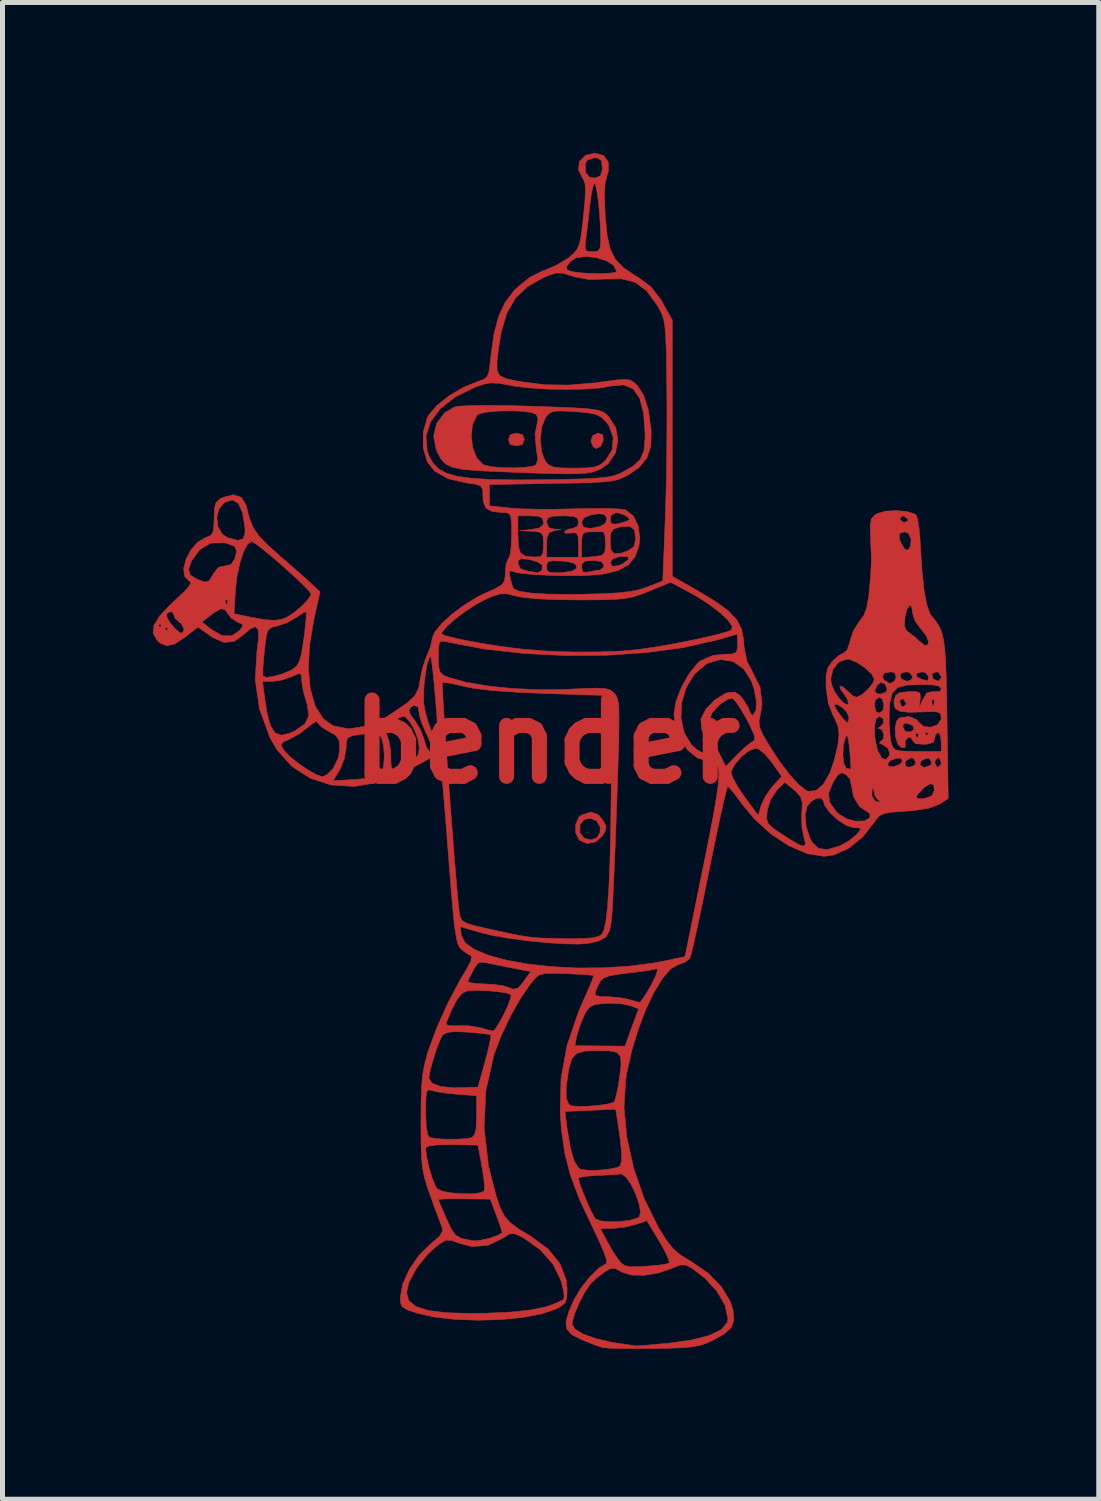
<source format=kicad_pcb>
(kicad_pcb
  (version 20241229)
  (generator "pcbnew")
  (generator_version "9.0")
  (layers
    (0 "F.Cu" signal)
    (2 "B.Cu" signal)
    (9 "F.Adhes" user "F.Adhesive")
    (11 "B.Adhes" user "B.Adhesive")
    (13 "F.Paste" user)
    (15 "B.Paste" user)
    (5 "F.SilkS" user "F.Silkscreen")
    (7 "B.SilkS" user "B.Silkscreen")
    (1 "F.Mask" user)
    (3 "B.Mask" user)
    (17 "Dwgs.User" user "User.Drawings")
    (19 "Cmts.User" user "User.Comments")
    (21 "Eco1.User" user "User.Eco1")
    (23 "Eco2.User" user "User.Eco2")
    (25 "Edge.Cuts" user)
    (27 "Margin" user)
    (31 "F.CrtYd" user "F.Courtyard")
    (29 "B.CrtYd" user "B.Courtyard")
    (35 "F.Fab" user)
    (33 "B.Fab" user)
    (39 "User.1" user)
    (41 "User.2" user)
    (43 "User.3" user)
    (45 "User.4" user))
  (footprint "bender"
    (layer "F.Cu")
    (at 7.858 11.753)
    (property "Reference" "bender" (at 0 0 0) (layer "F.Cu") (effects (font (size 1.524 1.524) (thickness 0.3))))
    (attr through_hole)
    (fp_poly (pts (xy -0.479 -6.13) (xy -0.445 -6.032) (xy -0.482 -5.933) (xy -0.603 -5.905) (xy -0.728 -5.935) (xy -0.762 -6.032) (xy -0.725 -6.132) (xy -0.603 -6.16) (xy -0.479 -6.13)) (stroke (width 0.01) (type solid)) (fill yes) (layer "F.Cu"))
    (fp_poly (pts (xy 1.12 -6.128) (xy 1.132 -6.022) (xy 1.079 -5.894) (xy 0.992 -5.853) (xy 0.933 -5.883) (xy 0.883 -5.997) (xy 0.918 -6.109) (xy 1.018 -6.159) (xy 1.02 -6.16) (xy 1.12 -6.128)) (stroke (width 0.01) (type solid)) (fill yes) (layer "F.Cu"))
    (fp_poly (pts (xy 1.031 1.454) (xy 1.117 1.556) (xy 1.184 1.68) (xy 1.173 1.778) (xy 1.117 1.873) (xy 0.977 1.997) (xy 0.807 2.03) (xy 0.654 1.962) (xy 0.648 1.956) (xy 0.58 1.816) (xy 0.665 1.816) (xy 0.751 1.926) (xy 0.892 1.955) (xy 1.006 1.913) (xy 1.064 1.814) (xy 1.069 1.707) (xy 1.004 1.584) (xy 0.883 1.528) (xy 0.755 1.546) (xy 0.669 1.645) (xy 0.667 1.65) (xy 0.665 1.816) (xy 0.58 1.816) (xy 0.579 1.815) (xy 0.581 1.644) (xy 0.647 1.501) (xy 0.694 1.463) (xy 0.884 1.401) (xy 1.031 1.454)) (stroke (width 0.01) (type solid)) (fill yes) (layer "F.Cu"))
    (fp_poly (pts (xy -0.71 -6.708) (xy -0.302 -6.697) (xy 0.151 -6.681) (xy 0.495 -6.667) (xy 0.746 -6.653) (xy 0.924 -6.635) (xy 1.044 -6.613) (xy 1.125 -6.582) (xy 1.185 -6.542) (xy 1.231 -6.499) (xy 1.378 -6.273) (xy 1.424 -6.018) (xy 1.374 -5.767) (xy 1.233 -5.555) (xy 1.079 -5.445) (xy 0.996 -5.408) (xy 0.902 -5.38) (xy 0.783 -5.361) (xy 0.622 -5.35) (xy 0.404 -5.347) (xy 0.114 -5.352) (xy -0.265 -5.363) (xy -0.747 -5.382) (xy -1.022 -5.393) (xy -1.407 -5.412) (xy -1.685 -5.438) (xy -1.88 -5.479) (xy -2.012 -5.542) (xy -2.104 -5.635) (xy -2.175 -5.766) (xy -2.202 -5.827) (xy -2.255 -6.1) (xy -2.253 -6.105) (xy -1.504 -6.105) (xy -1.474 -5.867) (xy -1.394 -5.664) (xy -1.27 -5.535) (xy -1.248 -5.524) (xy -1.098 -5.49) (xy -0.885 -5.471) (xy -0.648 -5.467) (xy -0.429 -5.478) (xy -0.267 -5.504) (xy -0.211 -5.529) (xy -0.174 -5.64) (xy -0.205 -5.841) (xy -0.206 -5.844) (xy -0.222 -6.032) (xy -0.124 -6.032) (xy -0.1 -5.786) (xy -0.028 -5.602) (xy 0.038 -5.529) (xy 0.13 -5.486) (xy 0.28 -5.466) (xy 0.523 -5.461) (xy 0.546 -5.461) (xy 0.8 -5.466) (xy 0.965 -5.486) (xy 1.076 -5.532) (xy 1.173 -5.612) (xy 1.178 -5.617) (xy 1.308 -5.828) (xy 1.329 -6.072) (xy 1.243 -6.31) (xy 1.186 -6.387) (xy 1.094 -6.477) (xy 0.986 -6.533) (xy 0.825 -6.566) (xy 0.575 -6.588) (xy 0.56 -6.589) (xy 0.314 -6.602) (xy 0.16 -6.597) (xy 0.068 -6.567) (xy 0.003 -6.506) (xy -0.023 -6.471) (xy -0.098 -6.28) (xy -0.124 -6.032) (xy -0.222 -6.032) (xy -0.232 -6.147) (xy -0.203 -6.277) (xy -0.171 -6.445) (xy -0.209 -6.534) (xy -0.313 -6.573) (xy -0.502 -6.597) (xy -0.739 -6.606) (xy -0.985 -6.599) (xy -1.201 -6.578) (xy -1.35 -6.543) (xy -1.389 -6.519) (xy -1.477 -6.335) (xy -1.504 -6.105) (xy -2.253 -6.105) (xy -2.194 -6.356) (xy -2.034 -6.566) (xy -1.841 -6.68) (xy -1.719 -6.7) (xy -1.481 -6.711) (xy -1.141 -6.714) (xy -0.71 -6.708)) (stroke (width 0.01) (type solid)) (fill yes) (layer "F.Cu"))
    (fp_poly (pts (xy 1.139 -11.699) (xy 1.232 -11.567) (xy 1.23 -11.376) (xy 1.204 -11.296) (xy 1.166 -11.137) (xy 1.154 -10.893) (xy 1.167 -10.546) (xy 1.173 -10.463) (xy 1.209 -10.097) (xy 1.271 -9.828) (xy 1.372 -9.626) (xy 1.532 -9.461) (xy 1.765 -9.304) (xy 1.837 -9.262) (xy 2.085 -9.076) (xy 2.282 -8.82) (xy 2.32 -8.754) (xy 2.508 -8.414) (xy 2.508 -3.304) (xy 3.011 -3.017) (xy 3.369 -2.801) (xy 3.625 -2.614) (xy 3.794 -2.436) (xy 3.891 -2.25) (xy 3.932 -2.036) (xy 3.937 -1.911) (xy 3.999 -1.603) (xy 4.094 -1.425) (xy 4.26 -1.087) (xy 4.299 -0.746) (xy 4.266 -0.551) (xy 4.238 -0.415) (xy 4.25 -0.295) (xy 4.312 -0.15) (xy 4.423 0.043) (xy 4.636 0.373) (xy 4.845 0.651) (xy 5.033 0.857) (xy 5.184 0.974) (xy 5.216 0.987) (xy 5.371 0.975) (xy 5.52 0.85) (xy 5.651 0.625) (xy 5.744 0.352) (xy 5.764 0.267) (xy 5.912 0.267) (xy 5.93 0.43) (xy 5.976 0.521) (xy 5.985 0.526) (xy 6.063 0.547) (xy 6.072 0.547) (xy 6.071 0.485) (xy 6.068 0.434) (xy 6.808 0.434) (xy 6.829 0.496) (xy 6.925 0.497) (xy 7.051 0.448) (xy 7.08 0.413) (xy 7.153 0.413) (xy 7.163 0.491) (xy 7.241 0.508) (xy 7.343 0.468) (xy 7.348 0.455) (xy 7.448 0.455) (xy 7.513 0.504) (xy 7.551 0.508) (xy 7.66 0.468) (xy 7.682 0.413) (xy 7.747 0.413) (xy 7.781 0.497) (xy 7.811 0.508) (xy 7.867 0.457) (xy 7.874 0.413) (xy 7.84 0.328) (xy 7.811 0.318) (xy 7.754 0.369) (xy 7.747 0.413) (xy 7.682 0.413) (xy 7.684 0.408) (xy 7.636 0.332) (xy 7.578 0.329) (xy 7.472 0.382) (xy 7.448 0.455) (xy 7.348 0.455) (xy 7.366 0.413) (xy 7.319 0.328) (xy 7.278 0.318) (xy 7.18 0.369) (xy 7.153 0.413) (xy 7.08 0.413) (xy 7.098 0.392) (xy 7.078 0.33) (xy 6.981 0.328) (xy 6.856 0.378) (xy 6.808 0.434) (xy 6.068 0.434) (xy 6.061 0.333) (xy 6.047 0.159) (xy 6.024 -0.045) (xy 5.998 -0.129) (xy 5.967 -0.102) (xy 5.964 -0.095) (xy 5.922 0.076) (xy 5.912 0.267) (xy 5.764 0.267) (xy 5.812 0.061) (xy 5.835 -0.148) (xy 5.814 -0.308) (xy 6.542 -0.308) (xy 6.547 -0.11) (xy 6.588 0.108) (xy 6.611 0.184) (xy 6.688 0.323) (xy 6.771 0.356) (xy 6.835 0.279) (xy 6.847 0.233) (xy 6.81 0.126) (xy 6.72 0.067) (xy 6.638 0.023) (xy 6.652 0.004) (xy 6.716 -0.053) (xy 6.731 -0.127) (xy 6.698 -0.232) (xy 6.652 -0.259) (xy 6.605 -0.272) (xy 6.652 -0.296) (xy 6.722 -0.37) (xy 6.717 -0.461) (xy 6.64 -0.508) (xy 6.636 -0.508) (xy 6.572 -0.452) (xy 6.542 -0.308) (xy 5.814 -0.308) (xy 5.813 -0.313) (xy 5.745 -0.472) (xy 5.717 -0.523) (xy 5.631 -0.744) (xy 5.74 -0.744) (xy 5.758 -0.686) (xy 5.827 -0.577) (xy 5.914 -0.463) (xy 5.987 -0.389) (xy 6.005 -0.381) (xy 6.028 -0.434) (xy 6.032 -0.493) (xy 6.001 -0.568) (xy 6.837 -0.568) (xy 6.839 -0.323) (xy 6.855 -0.104) (xy 6.875 0.016) (xy 6.906 0.105) (xy 6.957 0.157) (xy 7.056 0.182) (xy 7.235 0.19) (xy 7.399 0.191) (xy 7.874 0.191) (xy 7.874 0) (xy 7.856 -0.134) (xy 7.811 -0.19) (xy 7.811 -0.191) (xy 7.757 -0.138) (xy 7.747 -0.074) (xy 7.715 0.01) (xy 7.599 0.046) (xy 7.525 0.051) (xy 7.361 0.038) (xy 7.303 -0.023) (xy 7.303 -0.032) (xy 7.259 -0.094) (xy 7.211 -0.088) (xy 7.151 -0.01) (xy 7.157 0.043) (xy 7.154 0.115) (xy 7.081 0.118) (xy 7.007 0.047) (xy 6.964 -0.099) (xy 6.962 -0.127) (xy 7.366 -0.127) (xy 7.389 -0.075) (xy 7.408 -0.085) (xy 7.416 -0.159) (xy 7.556 -0.159) (xy 7.588 -0.127) (xy 7.62 -0.159) (xy 7.588 -0.191) (xy 7.556 -0.159) (xy 7.416 -0.159) (xy 7.416 -0.16) (xy 7.408 -0.169) (xy 7.371 -0.161) (xy 7.366 -0.127) (xy 6.962 -0.127) (xy 6.954 -0.268) (xy 6.958 -0.286) (xy 7.112 -0.286) (xy 7.159 -0.208) (xy 7.255 -0.195) (xy 7.33 -0.247) (xy 7.312 -0.314) (xy 7.265 -0.343) (xy 7.153 -0.377) (xy 7.115 -0.344) (xy 7.112 -0.286) (xy 6.958 -0.286) (xy 6.982 -0.412) (xy 7.038 -0.476) (xy 7.234 -0.506) (xy 7.383 -0.444) (xy 7.424 -0.392) (xy 7.526 -0.306) (xy 7.668 -0.292) (xy 7.799 -0.34) (xy 7.871 -0.443) (xy 7.874 -0.473) (xy 7.864 -0.552) (xy 7.814 -0.592) (xy 7.694 -0.602) (xy 7.509 -0.596) (xy 7.226 -0.589) (xy 7.048 -0.61) (xy 6.957 -0.666) (xy 6.93 -0.764) (xy 6.933 -0.797) (xy 7.048 -0.797) (xy 7.082 -0.711) (xy 7.112 -0.699) (xy 7.174 -0.744) (xy 7.176 -0.758) (xy 7.129 -0.844) (xy 7.112 -0.857) (xy 7.058 -0.843) (xy 7.048 -0.797) (xy 6.933 -0.797) (xy 6.934 -0.815) (xy 6.962 -0.925) (xy 7.038 -0.977) (xy 7.2 -0.998) (xy 7.214 -0.999) (xy 7.379 -1.002) (xy 7.449 -0.973) (xy 7.459 -0.89) (xy 7.454 -0.84) (xy 7.432 -0.667) (xy 7.488 -0.799) (xy 7.689 -0.799) (xy 7.7 -0.717) (xy 7.722 -0.716) (xy 7.737 -0.801) (xy 7.727 -0.837) (xy 7.699 -0.861) (xy 7.689 -0.799) (xy 7.488 -0.799) (xy 7.508 -0.846) (xy 7.589 -0.974) (xy 7.698 -1.002) (xy 7.729 -0.998) (xy 7.848 -1.005) (xy 7.874 -1.057) (xy 7.836 -1.107) (xy 7.71 -1.135) (xy 7.477 -1.143) (xy 7.473 -1.143) (xy 7.186 -1.131) (xy 7.002 -1.08) (xy 6.897 -0.97) (xy 6.849 -0.78) (xy 6.837 -0.568) (xy 6.001 -0.568) (xy 5.992 -0.588) (xy 5.9 -0.685) (xy 5.828 -0.73) (xy 6.54 -0.73) (xy 6.574 -0.603) (xy 6.636 -0.572) (xy 6.712 -0.627) (xy 6.731 -0.73) (xy 6.698 -0.858) (xy 6.636 -0.889) (xy 6.559 -0.834) (xy 6.54 -0.73) (xy 5.828 -0.73) (xy 5.8 -0.748) (xy 5.74 -0.744) (xy 5.631 -0.744) (xy 5.624 -0.761) (xy 5.578 -1.064) (xy 5.576 -1.095) (xy 5.576 -1.264) (xy 5.67 -1.264) (xy 5.681 -1.159) (xy 5.738 -1.019) (xy 5.826 -0.883) (xy 5.92 -0.78) (xy 5.995 -0.74) (xy 6.022 -0.762) (xy 6.001 -0.858) (xy 5.934 -0.957) (xy 5.861 -1.058) (xy 5.853 -1.112) (xy 5.913 -1.095) (xy 6 -1.016) (xy 6.108 -0.921) (xy 6.181 -0.889) (xy 6.281 -0.934) (xy 6.374 -1.014) (xy 6.546 -1.014) (xy 6.595 -0.959) (xy 6.668 -0.953) (xy 6.77 -0.991) (xy 6.795 -1.044) (xy 6.755 -1.152) (xy 6.671 -1.186) (xy 6.598 -1.135) (xy 6.546 -1.014) (xy 6.374 -1.014) (xy 6.405 -1.04) (xy 6.506 -1.162) (xy 6.54 -1.244) (xy 6.517 -1.292) (xy 6.703 -1.292) (xy 6.741 -1.226) (xy 6.85 -1.162) (xy 6.942 -1.211) (xy 6.972 -1.286) (xy 7.061 -1.286) (xy 7.091 -1.249) (xy 7.193 -1.206) (xy 7.281 -1.243) (xy 7.303 -1.302) (xy 7.302 -1.302) (xy 7.382 -1.302) (xy 7.477 -1.25) (xy 7.579 -1.222) (xy 7.604 -1.214) (xy 7.618 -1.258) (xy 7.62 -1.302) (xy 7.581 -1.358) (xy 7.691 -1.358) (xy 7.707 -1.27) (xy 7.726 -1.249) (xy 7.819 -1.208) (xy 7.872 -1.274) (xy 7.874 -1.302) (xy 7.823 -1.386) (xy 7.779 -1.397) (xy 7.691 -1.358) (xy 7.581 -1.358) (xy 7.567 -1.379) (xy 7.493 -1.397) (xy 7.384 -1.366) (xy 7.382 -1.302) (xy 7.302 -1.302) (xy 7.25 -1.379) (xy 7.176 -1.397) (xy 7.065 -1.365) (xy 7.061 -1.286) (xy 6.972 -1.286) (xy 6.974 -1.291) (xy 6.946 -1.38) (xy 6.873 -1.397) (xy 6.733 -1.369) (xy 6.703 -1.292) (xy 6.517 -1.292) (xy 6.489 -1.349) (xy 6.361 -1.471) (xy 6.2 -1.58) (xy 6.046 -1.645) (xy 5.997 -1.651) (xy 5.835 -1.595) (xy 5.718 -1.453) (xy 5.67 -1.264) (xy 5.576 -1.264) (xy 5.576 -1.32) (xy 5.608 -1.467) (xy 5.683 -1.584) (xy 5.713 -1.617) (xy 5.835 -1.726) (xy 5.933 -1.777) (xy 5.94 -1.778) (xy 5.998 -1.834) (xy 6.046 -1.972) (xy 6.054 -2.01) (xy 6.123 -2.218) (xy 6.186 -2.317) (xy 7.139 -2.317) (xy 7.181 -2.218) (xy 7.218 -2.191) (xy 7.35 -2.091) (xy 7.424 -2.021) (xy 7.544 -1.923) (xy 7.609 -1.937) (xy 7.62 -2.003) (xy 7.578 -2.112) (xy 7.475 -2.246) (xy 7.461 -2.26) (xy 7.352 -2.412) (xy 7.303 -2.566) (xy 7.303 -2.575) (xy 7.284 -2.703) (xy 7.241 -2.722) (xy 7.19 -2.639) (xy 7.152 -2.492) (xy 7.139 -2.317) (xy 6.186 -2.317) (xy 6.24 -2.402) (xy 6.245 -2.407) (xy 6.333 -2.528) (xy 6.39 -2.686) (xy 6.429 -2.918) (xy 6.442 -3.048) (xy 6.463 -3.298) (xy 6.477 -3.511) (xy 6.481 -3.644) (xy 6.481 -3.651) (xy 6.476 -3.786) (xy 6.467 -3.991) (xy 6.464 -4.059) (xy 7.036 -4.059) (xy 7.072 -3.966) (xy 7.152 -3.835) (xy 7.217 -3.828) (xy 7.262 -3.905) (xy 7.274 -4.045) (xy 7.221 -4.157) (xy 7.148 -4.191) (xy 7.044 -4.16) (xy 7.036 -4.059) (xy 6.464 -4.059) (xy 6.461 -4.126) (xy 6.458 -4.331) (xy 6.48 -4.445) (xy 7.048 -4.445) (xy 7.1 -4.389) (xy 7.147 -4.381) (xy 7.213 -4.412) (xy 7.207 -4.445) (xy 7.126 -4.506) (xy 7.108 -4.508) (xy 7.05 -4.46) (xy 7.048 -4.445) (xy 6.48 -4.445) (xy 6.481 -4.449) (xy 6.543 -4.521) (xy 6.604 -4.557) (xy 6.763 -4.602) (xy 6.973 -4.614) (xy 7.182 -4.597) (xy 7.338 -4.551) (xy 7.373 -4.527) (xy 7.404 -4.439) (xy 7.432 -4.259) (xy 7.453 -4.022) (xy 7.456 -3.964) (xy 7.488 -3.441) (xy 7.53 -3.038) (xy 7.583 -2.747) (xy 7.648 -2.561) (xy 7.684 -2.508) (xy 7.768 -2.407) (xy 7.833 -2.306) (xy 7.883 -2.19) (xy 7.92 -2.041) (xy 7.946 -1.842) (xy 7.964 -1.577) (xy 7.976 -1.228) (xy 7.985 -0.78) (xy 7.99 -0.466) (xy 8.014 1.132) (xy 7.843 1.243) (xy 7.639 1.323) (xy 7.316 1.373) (xy 7.166 1.384) (xy 6.909 1.403) (xy 6.747 1.428) (xy 6.648 1.471) (xy 6.582 1.542) (xy 6.556 1.58) (xy 6.314 1.893) (xy 6.031 2.124) (xy 5.733 2.259) (xy 5.535 2.286) (xy 5.198 2.231) (xy 4.835 2.076) (xy 4.474 1.837) (xy 4.141 1.534) (xy 4.39 1.534) (xy 4.426 1.638) (xy 4.535 1.735) (xy 4.613 1.789) (xy 4.873 1.959) (xy 5.043 2.055) (xy 5.137 2.081) (xy 5.166 2.038) (xy 5.142 1.93) (xy 5.133 1.901) (xy 5.096 1.714) (xy 5.088 1.483) (xy 5.089 1.468) (xy 5.158 1.468) (xy 5.181 1.701) (xy 5.258 1.93) (xy 5.301 2.007) (xy 5.426 2.126) (xy 5.596 2.151) (xy 5.834 2.083) (xy 5.86 2.073) (xy 6.041 1.971) (xy 6.185 1.85) (xy 6.264 1.753) (xy 6.246 1.719) (xy 6.131 1.714) (xy 5.983 1.67) (xy 5.811 1.559) (xy 5.653 1.413) (xy 5.547 1.267) (xy 5.524 1.187) (xy 5.483 1.122) (xy 5.387 1.128) (xy 5.276 1.192) (xy 5.198 1.287) (xy 5.158 1.468) (xy 5.089 1.468) (xy 5.093 1.409) (xy 5.101 1.217) (xy 5.068 1.096) (xy 5.001 1.021) (xy 5.627 1.021) (xy 5.647 1.208) (xy 5.781 1.394) (xy 5.827 1.439) (xy 5.987 1.536) (xy 6.175 1.585) (xy 6.345 1.578) (xy 6.453 1.512) (xy 6.449 1.43) (xy 6.417 1.409) (xy 6.242 1.291) (xy 6.125 1.097) (xy 6.12 1.07) (xy 6.489 1.07) (xy 6.546 1.174) (xy 6.618 1.201) (xy 6.665 1.188) (xy 6.62 1.164) (xy 6.591 1.129) (xy 7.388 1.129) (xy 7.496 1.136) (xy 7.541 1.131) (xy 7.684 1.079) (xy 7.736 0.968) (xy 7.724 0.852) (xy 7.647 0.838) (xy 7.518 0.928) (xy 7.493 0.953) (xy 7.388 1.072) (xy 7.388 1.129) (xy 6.591 1.129) (xy 6.554 1.082) (xy 6.535 0.995) (xy 6.52 0.919) (xy 6.498 0.939) (xy 6.489 1.07) (xy 6.12 1.07) (xy 6.096 0.936) (xy 6.053 0.738) (xy 5.974 0.653) (xy 5.888 0.618) (xy 5.817 0.656) (xy 5.727 0.788) (xy 5.718 0.803) (xy 5.627 1.021) (xy 5.001 1.021) (xy 4.975 0.991) (xy 4.937 0.959) (xy 4.752 0.807) (xy 4.594 0.965) (xy 4.464 1.164) (xy 4.402 1.374) (xy 4.39 1.534) (xy 4.141 1.534) (xy 4.139 1.532) (xy 3.905 1.248) (xy 3.774 1.07) (xy 3.67 0.942) (xy 3.615 0.89) (xy 3.615 0.89) (xy 3.593 0.95) (xy 3.551 1.117) (xy 3.491 1.378) (xy 3.418 1.714) (xy 3.335 2.111) (xy 3.245 2.552) (xy 3.244 2.556) (xy 3.154 3.003) (xy 3.069 3.412) (xy 2.993 3.766) (xy 2.931 4.046) (xy 2.886 4.236) (xy 2.861 4.318) (xy 2.767 4.398) (xy 2.63 4.445) (xy 2.477 4.53) (xy 2.311 4.722) (xy 2.141 5) (xy 1.977 5.348) (xy 1.826 5.745) (xy 1.697 6.173) (xy 1.599 6.613) (xy 1.577 6.746) (xy 1.545 7.295) (xy 1.601 7.896) (xy 1.739 8.517) (xy 1.951 9.125) (xy 2.23 9.69) (xy 2.237 9.701) (xy 2.392 9.949) (xy 2.528 10.12) (xy 2.683 10.249) (xy 2.889 10.374) (xy 3.224 10.604) (xy 3.49 10.878) (xy 3.667 11.172) (xy 3.721 11.347) (xy 3.737 11.541) (xy 3.687 11.686) (xy 3.552 11.811) (xy 3.33 11.937) (xy 3.192 12.001) (xy 3.058 12.046) (xy 2.9 12.075) (xy 2.691 12.093) (xy 2.402 12.103) (xy 2.127 12.108) (xy 1.794 12.11) (xy 1.499 12.107) (xy 1.268 12.101) (xy 1.13 12.09) (xy 1.111 12.086) (xy 0.979 12.042) (xy 0.788 11.967) (xy 0.683 11.924) (xy 0.499 11.828) (xy 0.401 11.717) (xy 0.391 11.621) (xy 0.508 11.621) (xy 0.568 11.72) (xy 0.733 11.82) (xy 0.983 11.91) (xy 1.297 11.982) (xy 1.406 12) (xy 1.601 12.028) (xy 1.738 12.049) (xy 1.778 12.055) (xy 1.851 12.052) (xy 2.021 12.039) (xy 2.261 12.017) (xy 2.439 12.001) (xy 2.899 11.936) (xy 3.25 11.845) (xy 3.487 11.729) (xy 3.606 11.589) (xy 3.619 11.517) (xy 3.562 11.249) (xy 3.402 10.969) (xy 3.158 10.702) (xy 2.905 10.51) (xy 2.775 10.441) (xy 2.667 10.44) (xy 2.523 10.498) (xy 2.243 10.597) (xy 1.95 10.646) (xy 1.687 10.641) (xy 1.493 10.579) (xy 1.489 10.576) (xy 1.365 10.507) (xy 1.269 10.513) (xy 1.156 10.579) (xy 0.992 10.705) (xy 0.871 10.822) (xy 0.762 10.981) (xy 0.651 11.193) (xy 0.56 11.41) (xy 0.511 11.584) (xy 0.508 11.621) (xy 0.391 11.621) (xy 0.386 11.569) (xy 0.449 11.357) (xy 0.542 11.145) (xy 0.679 10.911) (xy 0.854 10.686) (xy 1.036 10.507) (xy 1.195 10.407) (xy 1.198 10.405) (xy 1.198 10.343) (xy 1.145 10.189) (xy 1.048 9.962) (xy 0.931 9.716) (xy 1.076 9.716) (xy 1.182 9.922) (xy 1.295 10.124) (xy 1.415 10.31) (xy 1.49 10.405) (xy 1.569 10.457) (xy 1.69 10.476) (xy 1.889 10.471) (xy 1.974 10.466) (xy 2.197 10.449) (xy 2.367 10.425) (xy 2.447 10.402) (xy 2.436 10.332) (xy 2.37 10.185) (xy 2.263 9.991) (xy 2.244 9.959) (xy 2 9.556) (xy 1.778 9.632) (xy 1.552 9.687) (xy 1.319 9.712) (xy 1.316 9.712) (xy 1.076 9.716) (xy 0.931 9.716) (xy 0.916 9.684) (xy 0.898 9.647) (xy 0.654 9.126) (xy 0.498 8.712) (xy 0.635 8.712) (xy 0.66 8.81) (xy 0.722 8.98) (xy 0.804 9.178) (xy 0.887 9.363) (xy 0.955 9.492) (xy 0.971 9.516) (xy 1.073 9.56) (xy 1.254 9.578) (xy 1.469 9.573) (xy 1.673 9.546) (xy 1.82 9.5) (xy 1.851 9.478) (xy 1.874 9.377) (xy 1.843 9.212) (xy 1.774 9.017) (xy 1.682 8.829) (xy 1.584 8.686) (xy 1.496 8.623) (xy 1.482 8.623) (xy 1.355 8.636) (xy 1.154 8.648) (xy 1 8.654) (xy 0.804 8.668) (xy 0.671 8.691) (xy 0.635 8.712) (xy 0.498 8.712) (xy 0.479 8.662) (xy 0.364 8.216) (xy 0.296 7.747) (xy 0.271 7.398) (xy 0.271 7.377) (xy 0.366 7.377) (xy 0.408 7.705) (xy 0.472 8.094) (xy 0.548 8.36) (xy 0.637 8.505) (xy 0.684 8.532) (xy 0.834 8.552) (xy 1.037 8.549) (xy 1.243 8.528) (xy 1.406 8.494) (xy 1.468 8.463) (xy 1.497 8.359) (xy 1.49 8.137) (xy 1.46 7.867) (xy 1.425 7.625) (xy 1.397 7.441) (xy 1.379 7.342) (xy 1.376 7.333) (xy 1.312 7.335) (xy 1.153 7.342) (xy 0.929 7.352) (xy 0.866 7.354) (xy 0.366 7.377) (xy 0.271 7.377) (xy 0.284 6.883) (xy 0.39 6.883) (xy 0.391 7.109) (xy 0.445 7.234) (xy 0.492 7.262) (xy 0.622 7.276) (xy 0.815 7.273) (xy 1.028 7.256) (xy 1.215 7.229) (xy 1.333 7.197) (xy 1.347 7.188) (xy 1.378 7.105) (xy 1.417 6.934) (xy 1.455 6.709) (xy 1.456 6.7) (xy 1.487 6.44) (xy 1.475 6.281) (xy 1.402 6.198) (xy 1.247 6.166) (xy 1.016 6.161) (xy 0.76 6.172) (xy 0.6 6.219) (xy 0.507 6.321) (xy 0.45 6.498) (xy 0.44 6.549) (xy 0.39 6.883) (xy 0.284 6.883) (xy 0.288 6.719) (xy 0.407 6.064) (xy 0.563 6.064) (xy 1.063 6.069) (xy 1.564 6.073) (xy 1.699 5.701) (xy 1.835 5.328) (xy 1.668 5.265) (xy 1.504 5.231) (xy 1.283 5.217) (xy 1.179 5.22) (xy 0.983 5.239) (xy 0.868 5.284) (xy 0.791 5.38) (xy 0.747 5.464) (xy 0.663 5.666) (xy 0.604 5.86) (xy 0.6 5.877) (xy 0.563 6.064) (xy 0.407 6.064) (xy 0.409 6.055) (xy 0.64 5.378) (xy 0.727 5.178) (xy 0.809 4.993) (xy 0.97 4.993) (xy 0.977 5.058) (xy 1.07 5.081) (xy 1.222 5.086) (xy 1.435 5.103) (xy 1.62 5.135) (xy 1.651 5.144) (xy 1.786 5.184) (xy 1.853 5.201) (xy 1.903 5.153) (xy 1.99 5.021) (xy 2.088 4.852) (xy 2.174 4.677) (xy 2.213 4.561) (xy 2.198 4.529) (xy 2.093 4.552) (xy 1.907 4.581) (xy 1.74 4.601) (xy 1.451 4.636) (xy 1.261 4.669) (xy 1.145 4.712) (xy 1.075 4.772) (xy 1.027 4.859) (xy 0.97 4.993) (xy 0.809 4.993) (xy 0.827 4.952) (xy 0.901 4.776) (xy 0.936 4.676) (xy 0.937 4.663) (xy 0.871 4.654) (xy 0.708 4.642) (xy 0.479 4.631) (xy 0.389 4.627) (xy 0.128 4.619) (xy -0.038 4.625) (xy -0.144 4.653) (xy -0.222 4.71) (xy -0.296 4.796) (xy -0.508 5.099) (xy -0.723 5.477) (xy -0.915 5.884) (xy -1.053 6.252) (xy -1.212 6.963) (xy -1.248 7.7) (xy -1.161 8.459) (xy -1.015 9.037) (xy -0.932 9.284) (xy -0.845 9.46) (xy -0.727 9.596) (xy -0.548 9.727) (xy -0.32 9.864) (xy 0.027 10.119) (xy 0.267 10.415) (xy 0.392 10.741) (xy 0.409 10.906) (xy 0.404 11.093) (xy 0.365 11.201) (xy 0.268 11.277) (xy 0.186 11.319) (xy -0.097 11.416) (xy -0.472 11.487) (xy -0.907 11.529) (xy -1.369 11.543) (xy -1.826 11.526) (xy -2.245 11.479) (xy -2.588 11.401) (xy -2.78 11.336) (xy -2.879 11.275) (xy -2.916 11.191) (xy -2.921 11.091) (xy -2.902 10.99) (xy -2.795 10.99) (xy -2.751 11.15) (xy -2.608 11.268) (xy -2.362 11.348) (xy -2.006 11.393) (xy -1.534 11.407) (xy -1.206 11.403) (xy -0.709 11.379) (xy -0.315 11.338) (xy -0.035 11.281) (xy -0.019 11.276) (xy 0.171 11.209) (xy 0.306 11.148) (xy 0.345 11.119) (xy 0.348 11.032) (xy 0.317 10.868) (xy 0.284 10.746) (xy 0.131 10.431) (xy -0.124 10.14) (xy -0.454 9.903) (xy -0.504 9.876) (xy -0.646 9.814) (xy -0.748 9.823) (xy -0.875 9.906) (xy -1.168 10.048) (xy -1.489 10.073) (xy -1.743 10.007) (xy -1.901 9.948) (xy -2.008 9.946) (xy -2.123 10.01) (xy -2.207 10.073) (xy -2.374 10.23) (xy -2.545 10.435) (xy -2.61 10.53) (xy -2.746 10.784) (xy -2.795 10.99) (xy -2.902 10.99) (xy -2.872 10.823) (xy -2.739 10.528) (xy -2.547 10.248) (xy -2.32 10.025) (xy -2.316 10.022) (xy -2.137 9.866) (xy -2.071 9.751) (xy -2.076 9.716) (xy -2.115 9.615) (xy -2.185 9.429) (xy -2.273 9.189) (xy -2.292 9.136) (xy -2.159 9.136) (xy -2.135 9.202) (xy -2.072 9.35) (xy -1.993 9.529) (xy -1.898 9.732) (xy -1.813 9.848) (xy -1.699 9.91) (xy -1.516 9.947) (xy -1.429 9.96) (xy -1.331 9.95) (xy -1.168 9.914) (xy -1.127 9.903) (xy -0.976 9.85) (xy -0.894 9.802) (xy -0.889 9.792) (xy -0.91 9.712) (xy -0.963 9.555) (xy -1.007 9.437) (xy -1.125 9.127) (xy -1.642 9.12) (xy -1.88 9.119) (xy -2.06 9.124) (xy -2.153 9.132) (xy -2.159 9.136) (xy -2.292 9.136) (xy -2.312 9.081) (xy -2.388 8.863) (xy -2.441 8.681) (xy -2.476 8.504) (xy -2.496 8.3) (xy -2.502 8.109) (xy -2.413 8.109) (xy -2.394 8.283) (xy -2.346 8.499) (xy -2.282 8.711) (xy -2.215 8.872) (xy -2.181 8.923) (xy -2.076 8.969) (xy -1.895 9.002) (xy -1.68 9.018) (xy -1.472 9.018) (xy -1.312 8.997) (xy -1.244 8.963) (xy -1.238 8.878) (xy -1.255 8.705) (xy -1.29 8.482) (xy -1.29 8.479) (xy -1.37 8.048) (xy -1.892 8.04) (xy -2.176 8.043) (xy -2.346 8.062) (xy -2.411 8.1) (xy -2.413 8.109) (xy -2.502 8.109) (xy -2.505 8.04) (xy -2.508 7.69) (xy -2.508 7.588) (xy -2.506 7.386) (xy -2.413 7.386) (xy -2.403 7.676) (xy -2.371 7.846) (xy -2.334 7.895) (xy -2.208 7.919) (xy -2.007 7.93) (xy -1.785 7.93) (xy -1.594 7.918) (xy -1.497 7.899) (xy -1.439 7.843) (xy -1.407 7.716) (xy -1.397 7.491) (xy -1.397 7.462) (xy -1.397 7.063) (xy -1.794 7.033) (xy -2.022 7.01) (xy -2.211 6.98) (xy -2.302 6.956) (xy -2.358 6.943) (xy -2.392 6.982) (xy -2.408 7.095) (xy -2.413 7.304) (xy -2.413 7.386) (xy -2.506 7.386) (xy -2.505 7.194) (xy -2.496 6.895) (xy -2.48 6.713) (xy -2.349 6.713) (xy -2.29 6.811) (xy -2.123 6.876) (xy -1.864 6.904) (xy -1.716 6.903) (xy -1.369 6.89) (xy -1.229 6.383) (xy -1.167 6.147) (xy -1.126 5.963) (xy -1.111 5.861) (xy -1.113 5.851) (xy -1.185 5.834) (xy -1.348 5.814) (xy -1.567 5.795) (xy -1.571 5.794) (xy -1.832 5.784) (xy -1.992 5.802) (xy -2.075 5.85) (xy -2.075 5.85) (xy -2.131 5.959) (xy -2.202 6.145) (xy -2.271 6.362) (xy -2.325 6.564) (xy -2.349 6.705) (xy -2.349 6.713) (xy -2.48 6.713) (xy -2.475 6.66) (xy -2.441 6.459) (xy -2.389 6.26) (xy -2.36 6.162) (xy -2.192 5.705) (xy -2.154 5.622) (xy -2.009 5.622) (xy -1.972 5.661) (xy -1.831 5.667) (xy -1.793 5.664) (xy -1.563 5.666) (xy -1.339 5.702) (xy -1.331 5.704) (xy -1.174 5.747) (xy -1.075 5.772) (xy -1.068 5.773) (xy -1.02 5.724) (xy -0.936 5.591) (xy -0.85 5.431) (xy -0.763 5.243) (xy -0.714 5.103) (xy -0.711 5.046) (xy -0.801 5.014) (xy -0.974 4.986) (xy -1.187 4.967) (xy -1.397 4.959) (xy -1.56 4.967) (xy -1.598 4.974) (xy -1.695 5.027) (xy -1.792 5.149) (xy -1.899 5.358) (xy -2.009 5.622) (xy -2.154 5.622) (xy -1.969 5.211) (xy -1.74 4.778) (xy -1.575 4.778) (xy -1.531 4.805) (xy -1.394 4.825) (xy -1.259 4.83) (xy -1.041 4.843) (xy -0.859 4.87) (xy -0.794 4.889) (xy -0.661 4.937) (xy -0.576 4.92) (xy -0.486 4.821) (xy -0.449 4.769) (xy -0.318 4.585) (xy -0.683 4.515) (xy -0.914 4.47) (xy -1.118 4.428) (xy -1.21 4.408) (xy -1.299 4.395) (xy -1.365 4.417) (xy -1.431 4.498) (xy -1.517 4.661) (xy -1.575 4.778) (xy -1.74 4.778) (xy -1.72 4.74) (xy -1.603 4.547) (xy -1.512 4.376) (xy -1.499 4.281) (xy -1.514 4.268) (xy -1.615 4.21) (xy -1.706 4.138) (xy -1.742 4.095) (xy -1.773 4.026) (xy -1.8 3.916) (xy -1.827 3.751) (xy -1.855 3.519) (xy -1.884 3.203) (xy -1.919 2.792) (xy -1.959 2.271) (xy -1.968 2.159) (xy -2.004 1.685) (xy -2.039 1.253) (xy -2.071 0.879) (xy -2.099 0.579) (xy -2.12 0.369) (xy -2.134 0.265) (xy -2.137 0.256) (xy -2.205 0.263) (xy -2.299 0.311) (xy -2.419 0.379) (xy -2.614 0.484) (xy -2.845 0.604) (xy -2.883 0.623) (xy -3.369 0.813) (xy -3.846 0.891) (xy -4.3 0.861) (xy -4.562 0.777) (xy -4.262 0.777) (xy -3.81 0.751) (xy -3.517 0.721) (xy -3.346 0.672) (xy -3.299 0.633) (xy -3.255 0.495) (xy -3.24 0.299) (xy -3.252 0.096) (xy -3.289 -0.064) (xy -3.324 -0.119) (xy -3.454 -0.16) (xy -3.672 -0.154) (xy -3.705 -0.15) (xy -3.884 -0.12) (xy -3.971 -0.075) (xy -3.998 0.017) (xy -4.001 0.12) (xy -4.036 0.333) (xy -4.121 0.545) (xy -4.131 0.563) (xy -4.262 0.777) (xy -4.562 0.777) (xy -4.716 0.727) (xy -5.08 0.494) (xy -5.377 0.164) (xy -5.435 0.065) (xy -5.299 0.065) (xy -5.25 0.157) (xy -5.232 0.181) (xy -5.121 0.297) (xy -4.951 0.433) (xy -4.761 0.562) (xy -4.587 0.66) (xy -4.47 0.698) (xy -4.469 0.699) (xy -4.379 0.653) (xy -4.267 0.541) (xy -4.259 0.531) (xy -4.155 0.316) (xy -4.128 0.13) (xy -4.143 -0.034) (xy -4.215 -0.133) (xy -4.35 -0.209) (xy -4.404 -0.242) (xy -3.247 -0.242) (xy -3.2 -0.161) (xy -3.147 -0.025) (xy -3.115 0.175) (xy -3.111 0.266) (xy -3.105 0.443) (xy -3.089 0.553) (xy -3.077 0.572) (xy -3.005 0.545) (xy -2.862 0.479) (xy -2.791 0.443) (xy -2.63 0.346) (xy -2.557 0.248) (xy -2.54 0.11) (xy -2.568 -0.057) (xy -2.638 -0.242) (xy -2.73 -0.402) (xy -2.821 -0.497) (xy -2.855 -0.508) (xy -2.948 -0.477) (xy -3.09 -0.403) (xy -3.104 -0.395) (xy -3.224 -0.311) (xy -3.247 -0.242) (xy -4.404 -0.242) (xy -4.492 -0.295) (xy -4.568 -0.376) (xy -4.572 -0.392) (xy -4.611 -0.403) (xy -4.708 -0.337) (xy -4.747 -0.303) (xy -4.928 -0.164) (xy -5.124 -0.055) (xy -5.129 -0.053) (xy -5.264 0.009) (xy -5.299 0.065) (xy -5.435 0.065) (xy -5.517 -0.076) (xy -5.729 -0.65) (xy -5.81 -1.206) (xy -5.669 -1.206) (xy -5.631 -0.905) (xy -5.574 -0.549) (xy -5.506 -0.309) (xy -5.414 -0.174) (xy -5.289 -0.132) (xy -5.122 -0.173) (xy -5.015 -0.223) (xy -4.824 -0.358) (xy -4.747 -0.52) (xy -4.775 -0.736) (xy -4.795 -0.799) (xy -4.854 -1.005) (xy -4.885 -1.195) (xy -4.887 -1.224) (xy -4.895 -1.341) (xy -4.939 -1.366) (xy -5.054 -1.315) (xy -5.077 -1.303) (xy -5.278 -1.233) (xy -5.467 -1.206) (xy -5.669 -1.206) (xy -5.81 -1.206) (xy -5.814 -1.235) (xy -5.808 -1.346) (xy -5.662 -1.346) (xy -5.659 -1.313) (xy -5.6 -1.287) (xy -5.464 -1.302) (xy -5.292 -1.349) (xy -5.121 -1.418) (xy -5.077 -1.442) (xy -4.993 -1.505) (xy -4.936 -1.598) (xy -4.893 -1.75) (xy -4.854 -1.992) (xy -4.845 -2.054) (xy -4.816 -2.295) (xy -4.798 -2.482) (xy -4.795 -2.585) (xy -4.797 -2.595) (xy -4.856 -2.576) (xy -4.971 -2.499) (xy -4.988 -2.485) (xy -5.177 -2.377) (xy -5.368 -2.313) (xy -5.489 -2.283) (xy -5.557 -2.228) (xy -5.594 -2.113) (xy -5.62 -1.915) (xy -5.649 -1.638) (xy -5.662 -1.458) (xy -5.662 -1.346) (xy -5.808 -1.346) (xy -5.782 -1.784) (xy -5.749 -2.069) (xy -5.758 -2.239) (xy -5.813 -2.298) (xy -5.919 -2.251) (xy -6.032 -2.15) (xy -6.231 -2.006) (xy -6.433 -1.982) (xy -6.658 -2.077) (xy -6.731 -2.127) (xy -6.866 -2.225) (xy -6.947 -2.281) (xy -6.957 -2.286) (xy -7.008 -2.25) (xy -7.126 -2.159) (xy -7.207 -2.095) (xy -7.417 -1.954) (xy -7.579 -1.914) (xy -7.716 -1.971) (xy -7.776 -2.029) (xy -7.853 -2.166) (xy -7.844 -2.254) (xy -7.62 -2.254) (xy -7.588 -2.223) (xy -7.556 -2.254) (xy -7.588 -2.286) (xy -7.62 -2.254) (xy -7.844 -2.254) (xy -7.838 -2.318) (xy -7.747 -2.318) (xy -7.715 -2.286) (xy -7.684 -2.318) (xy -7.715 -2.349) (xy -7.747 -2.318) (xy -7.838 -2.318) (xy -7.838 -2.32) (xy -7.726 -2.505) (xy -7.69 -2.544) (xy -7.586 -2.544) (xy -7.57 -2.467) (xy -7.494 -2.35) (xy -7.393 -2.236) (xy -7.301 -2.169) (xy -7.287 -2.166) (xy -7.245 -2.211) (xy -7.239 -2.256) (xy -7.29 -2.362) (xy -7.334 -2.39) (xy -6.876 -2.39) (xy -6.692 -2.243) (xy -6.472 -2.118) (xy -6.279 -2.116) (xy -6.133 -2.217) (xy -6.061 -2.309) (xy -6.084 -2.354) (xy -6.155 -2.38) (xy -6.294 -2.469) (xy -6.352 -2.544) (xy -6.361 -2.557) (xy -6.238 -2.557) (xy -5.929 -2.492) (xy -5.636 -2.439) (xy -5.431 -2.424) (xy -5.279 -2.447) (xy -5.187 -2.484) (xy -5.036 -2.582) (xy -4.881 -2.713) (xy -4.758 -2.844) (xy -4.7 -2.94) (xy -4.7 -2.949) (xy -4.745 -3.014) (xy -4.866 -3.138) (xy -5.039 -3.302) (xy -5.242 -3.485) (xy -5.45 -3.667) (xy -5.642 -3.826) (xy -5.793 -3.944) (xy -5.882 -3.999) (xy -5.89 -4) (xy -5.97 -3.942) (xy -6.052 -3.784) (xy -6.125 -3.556) (xy -6.181 -3.285) (xy -6.208 -3.04) (xy -6.238 -2.557) (xy -6.361 -2.557) (xy -6.423 -2.642) (xy -6.507 -2.653) (xy -6.637 -2.577) (xy -6.7 -2.528) (xy -6.876 -2.39) (xy -7.334 -2.39) (xy -7.334 -2.39) (xy -7.419 -2.47) (xy -7.429 -2.515) (xy -7.469 -2.595) (xy -7.55 -2.584) (xy -7.586 -2.544) (xy -7.69 -2.544) (xy -7.512 -2.734) (xy -7.447 -2.794) (xy -6.413 -2.794) (xy -6.39 -2.742) (xy -6.371 -2.752) (xy -6.364 -2.827) (xy -6.371 -2.836) (xy -6.409 -2.828) (xy -6.413 -2.794) (xy -7.447 -2.794) (xy -7.421 -2.819) (xy -7.229 -2.999) (xy -7.127 -3.115) (xy -7.102 -3.182) (xy -7.135 -3.212) (xy -7.226 -3.304) (xy -7.241 -3.441) (xy -7.145 -3.441) (xy -7.106 -3.324) (xy -6.963 -3.238) (xy -6.817 -3.189) (xy -6.735 -3.212) (xy -6.665 -3.324) (xy -6.652 -3.35) (xy -6.548 -3.483) (xy -6.425 -3.509) (xy -6.296 -3.539) (xy -6.221 -3.657) (xy -6.184 -3.811) (xy -6.231 -3.903) (xy -6.382 -3.96) (xy -6.448 -3.973) (xy -6.704 -3.964) (xy -6.922 -3.835) (xy -7.082 -3.617) (xy -7.145 -3.441) (xy -7.241 -3.441) (xy -7.243 -3.458) (xy -7.196 -3.642) (xy -7.099 -3.828) (xy -6.963 -3.983) (xy -6.802 -4.079) (xy -6.779 -4.086) (xy -6.694 -4.123) (xy -6.652 -4.201) (xy -6.637 -4.355) (xy -6.636 -4.457) (xy -6.635 -4.47) (xy -6.581 -4.47) (xy -6.559 -4.29) (xy -6.468 -4.14) (xy -6.359 -4.071) (xy -6.163 -4.019) (xy -6.055 -4.049) (xy -6.017 -4.173) (xy -6.02 -4.277) (xy -6.067 -4.569) (xy -6.149 -4.755) (xy -6.264 -4.826) (xy -6.275 -4.826) (xy -6.435 -4.774) (xy -6.539 -4.643) (xy -6.581 -4.47) (xy -6.635 -4.47) (xy -6.629 -4.658) (xy -6.597 -4.773) (xy -6.523 -4.843) (xy -6.46 -4.876) (xy -6.252 -4.93) (xy -6.092 -4.878) (xy -5.999 -4.727) (xy -5.995 -4.711) (xy -5.933 -4.465) (xy -5.856 -4.276) (xy -5.742 -4.108) (xy -5.569 -3.929) (xy -5.35 -3.734) (xy -5.121 -3.535) (xy -4.91 -3.349) (xy -4.748 -3.204) (xy -4.689 -3.15) (xy -4.521 -2.991) (xy -4.64 -2.464) (xy -4.729 -1.941) (xy -4.754 -1.465) (xy -4.715 -1.051) (xy -4.617 -0.713) (xy -4.46 -0.463) (xy -4.261 -0.32) (xy -3.949 -0.258) (xy -3.598 -0.313) (xy -3.207 -0.488) (xy -3.004 -0.625) (xy -2.749 -0.625) (xy -2.713 -0.533) (xy -2.637 -0.435) (xy -2.518 -0.246) (xy -2.442 -0.041) (xy -2.44 -0.03) (xy -2.397 0.107) (xy -2.343 0.188) (xy -2.299 0.191) (xy -2.286 0.124) (xy -2.313 0.031) (xy -2.381 -0.125) (xy -2.413 -0.191) (xy -2.492 -0.372) (xy -2.537 -0.525) (xy -2.54 -0.558) (xy -2.568 -0.697) (xy -2.646 -0.727) (xy -2.708 -0.691) (xy -2.749 -0.625) (xy -3.004 -0.625) (xy -2.787 -0.772) (xy -2.629 -0.92) (xy -2.614 -0.95) (xy -2.456 -0.95) (xy -2.452 -0.776) (xy -2.45 -0.754) (xy -2.412 -0.561) (xy -2.353 -0.359) (xy -2.286 -0.181) (xy -2.224 -0.059) (xy -2.177 -0.025) (xy -2.174 -0.027) (xy -2.17 -0.096) (xy -2.176 -0.267) (xy -2.191 -0.516) (xy -2.214 -0.816) (xy -2.218 -0.863) (xy -2.241 -1.115) (xy -2.08 -1.115) (xy -2.072 -0.939) (xy -2.057 -0.671) (xy -2.035 -0.328) (xy -2.008 0.072) (xy -1.977 0.512) (xy -1.943 0.975) (xy -1.909 1.444) (xy -1.874 1.901) (xy -1.84 2.329) (xy -1.809 2.71) (xy -1.781 3.029) (xy -1.759 3.266) (xy -1.743 3.405) (xy -1.742 3.409) (xy -1.722 3.504) (xy -1.682 3.57) (xy -1.597 3.62) (xy -1.443 3.668) (xy -1.194 3.726) (xy -1.125 3.741) (xy -0.792 3.814) (xy -0.544 3.864) (xy -0.342 3.896) (xy -0.148 3.914) (xy 0.078 3.923) (xy 0.373 3.928) (xy 0.392 3.928) (xy 0.707 3.927) (xy 0.918 3.912) (xy 1.046 3.879) (xy 1.1 3.844) (xy 1.145 3.753) (xy 1.183 3.574) (xy 1.215 3.301) (xy 1.241 2.928) (xy 1.262 2.449) (xy 1.277 1.858) (xy 1.287 1.149) (xy 1.291 0.699) (xy 1.302 -0.921) (xy 0.032 -0.961) (xy -0.59 -0.988) (xy -1.087 -1.023) (xy -1.458 -1.068) (xy -1.644 -1.106) (xy -1.855 -1.154) (xy -2.011 -1.181) (xy -2.079 -1.181) (xy -2.08 -1.115) (xy -2.241 -1.115) (xy -2.246 -1.169) (xy -2.272 -1.427) (xy -2.294 -1.61) (xy -2.31 -1.695) (xy -2.311 -1.697) (xy -2.159 -1.697) (xy -2.154 -1.499) (xy -2.126 -1.388) (xy -2.054 -1.326) (xy -1.948 -1.283) (xy -1.605 -1.188) (xy -1.169 -1.114) (xy -0.673 -1.063) (xy -0.151 -1.04) (xy 0.364 -1.046) (xy 0.414 -1.048) (xy 0.753 -1.064) (xy 0.99 -1.071) (xy 1.146 -1.065) (xy 1.245 -1.044) (xy 1.31 -1.008) (xy 1.355 -0.964) (xy 1.387 -0.923) (xy 1.411 -0.869) (xy 1.429 -0.787) (xy 1.44 -0.665) (xy 1.444 -0.488) (xy 1.443 -0.243) (xy 1.436 0.084) (xy 1.423 0.508) (xy 1.406 1.041) (xy 1.401 1.185) (xy 1.383 1.696) (xy 1.364 2.182) (xy 1.345 2.622) (xy 1.328 3) (xy 1.313 3.296) (xy 1.301 3.491) (xy 1.296 3.54) (xy 1.259 3.762) (xy 1.184 3.896) (xy 1.04 3.974) (xy 0.838 4.022) (xy 0.642 4.037) (xy 0.354 4.032) (xy 0.008 4.009) (xy -0.364 3.973) (xy -0.728 3.925) (xy -1.053 3.87) (xy -1.29 3.814) (xy -1.722 3.69) (xy -1.703 3.861) (xy -1.624 4.012) (xy -1.435 4.147) (xy -1.151 4.264) (xy -0.79 4.361) (xy -0.365 4.436) (xy 0.105 4.487) (xy 0.607 4.513) (xy 1.122 4.51) (xy 1.637 4.478) (xy 2.134 4.414) (xy 2.381 4.367) (xy 2.762 4.286) (xy 3.129 2.477) (xy 3.243 1.91) (xy 3.33 1.455) (xy 3.391 1.1) (xy 3.427 0.833) (xy 3.438 0.64) (xy 3.436 0.617) (xy 3.683 0.617) (xy 3.719 0.725) (xy 3.814 0.896) (xy 3.947 1.095) (xy 3.953 1.103) (xy 4.223 1.471) (xy 4.281 1.271) (xy 4.365 1.089) (xy 4.495 0.905) (xy 4.516 0.881) (xy 4.692 0.692) (xy 4.493 0.41) (xy 4.352 0.241) (xy 4.225 0.142) (xy 4.174 0.127) (xy 4.042 0.176) (xy 3.889 0.296) (xy 3.757 0.447) (xy 3.686 0.588) (xy 3.683 0.617) (xy 3.436 0.617) (xy 3.425 0.511) (xy 3.387 0.433) (xy 3.327 0.394) (xy 3.243 0.381) (xy 3.217 0.381) (xy 3.005 0.322) (xy 2.812 0.163) (xy 2.658 -0.068) (xy 2.562 -0.345) (xy 2.549 -0.472) (xy 2.681 -0.472) (xy 2.745 -0.182) (xy 2.89 0.059) (xy 2.998 0.155) (xy 3.156 0.246) (xy 3.233 0.241) (xy 3.232 0.137) (xy 3.17 -0.029) (xy 3.093 -0.258) (xy 3.083 -0.388) (xy 3.244 -0.388) (xy 3.278 -0.161) (xy 3.399 0.134) (xy 3.407 0.15) (xy 3.575 0.493) (xy 3.804 0.256) (xy 3.952 0.114) (xy 4.076 0.015) (xy 4.122 -0.01) (xy 4.156 -0.051) (xy 4.136 -0.15) (xy 4.056 -0.326) (xy 3.995 -0.444) (xy 3.879 -0.646) (xy 3.777 -0.799) (xy 3.71 -0.871) (xy 3.707 -0.872) (xy 3.617 -0.848) (xy 3.481 -0.763) (xy 3.437 -0.727) (xy 3.296 -0.568) (xy 3.244 -0.388) (xy 3.083 -0.388) (xy 3.079 -0.443) (xy 3.083 -0.467) (xy 3.18 -0.654) (xy 3.353 -0.833) (xy 3.555 -0.96) (xy 3.628 -0.985) (xy 3.758 -0.993) (xy 3.862 -0.922) (xy 3.929 -0.836) (xy 4.019 -0.692) (xy 4.063 -0.584) (xy 4.064 -0.574) (xy 4.103 -0.53) (xy 4.128 -0.54) (xy 4.18 -0.64) (xy 4.184 -0.822) (xy 4.141 -1.049) (xy 4.088 -1.208) (xy 3.933 -1.455) (xy 3.721 -1.603) (xy 3.472 -1.643) (xy 3.212 -1.566) (xy 3.182 -1.55) (xy 2.95 -1.35) (xy 2.787 -1.085) (xy 2.696 -0.782) (xy 2.681 -0.472) (xy 2.549 -0.472) (xy 2.54 -0.554) (xy 2.581 -0.802) (xy 2.689 -1.085) (xy 2.84 -1.356) (xy 3.009 -1.565) (xy 3.069 -1.616) (xy 3.321 -1.725) (xy 3.529 -1.746) (xy 3.703 -1.752) (xy 3.784 -1.785) (xy 3.809 -1.87) (xy 3.81 -1.948) (xy 3.81 -2.15) (xy 3.381 -2.027) (xy 2.73 -1.88) (xy 1.99 -1.78) (xy 1.193 -1.727) (xy 0.368 -1.721) (xy -0.455 -1.763) (xy -1.246 -1.852) (xy -1.974 -1.99) (xy -2.016 -2) (xy -2.099 -2.011) (xy -2.141 -1.972) (xy -2.157 -1.856) (xy -2.159 -1.697) (xy -2.311 -1.697) (xy -2.311 -1.697) (xy -2.347 -1.672) (xy -2.384 -1.553) (xy -2.417 -1.371) (xy -2.443 -1.159) (xy -2.456 -0.95) (xy -2.614 -0.95) (xy -2.551 -1.082) (xy -2.525 -1.229) (xy -2.48 -1.46) (xy -2.407 -1.678) (xy -2.39 -1.716) (xy -2.319 -1.893) (xy -2.286 -2.044) (xy -2.286 -2.054) (xy -2.246 -2.157) (xy -2.095 -2.157) (xy -2.037 -2.124) (xy -1.875 -2.08) (xy -1.636 -2.028) (xy -1.343 -1.973) (xy -1.019 -1.92) (xy -0.689 -1.874) (xy -0.439 -1.845) (xy 0.018 -1.81) (xy 0.523 -1.792) (xy 1.032 -1.793) (xy 1.499 -1.812) (xy 1.841 -1.843) (xy 2.138 -1.886) (xy 2.469 -1.943) (xy 2.807 -2.008) (xy 3.126 -2.075) (xy 3.398 -2.139) (xy 3.596 -2.193) (xy 3.689 -2.231) (xy 3.703 -2.303) (xy 3.624 -2.422) (xy 3.467 -2.572) (xy 3.252 -2.738) (xy 2.995 -2.903) (xy 2.861 -2.977) (xy 2.475 -3.183) (xy 2.047 -3.008) (xy 1.876 -2.94) (xy 1.725 -2.892) (xy 1.567 -2.861) (xy 1.375 -2.843) (xy 1.12 -2.834) (xy 0.776 -2.831) (xy 0.635 -2.831) (xy 0.19 -2.837) (xy -0.184 -2.854) (xy -0.468 -2.881) (xy -0.622 -2.911) (xy -0.79 -2.952) (xy -0.925 -2.951) (xy -1.081 -2.903) (xy -1.233 -2.836) (xy -1.428 -2.731) (xy -1.639 -2.591) (xy -1.838 -2.439) (xy -1.996 -2.298) (xy -2.085 -2.189) (xy -2.095 -2.157) (xy -2.246 -2.157) (xy -2.234 -2.188) (xy -2.093 -2.359) (xy -1.889 -2.547) (xy -1.644 -2.73) (xy -1.384 -2.889) (xy -1.239 -2.96) (xy -1.023 -3.057) (xy -0.9 -3.13) (xy -0.843 -3.206) (xy -0.826 -3.309) (xy -0.826 -3.376) (xy -0.81 -3.54) (xy -0.803 -3.559) (xy -0.572 -3.559) (xy -0.521 -3.454) (xy -0.397 -3.411) (xy -0.253 -3.388) (xy -0.178 -3.375) (xy -0.11 -3.411) (xy -0.092 -3.435) (xy -0.089 -3.493) (xy 0 -3.493) (xy 0.014 -3.412) (xy 0.076 -3.377) (xy 0.22 -3.373) (xy 0.302 -3.378) (xy 0.501 -3.404) (xy 0.592 -3.455) (xy 0.601 -3.485) (xy 0.699 -3.485) (xy 0.722 -3.389) (xy 0.815 -3.382) (xy 0.841 -3.389) (xy 0.989 -3.42) (xy 1.064 -3.428) (xy 1.134 -3.48) (xy 1.143 -3.524) (xy 1.104 -3.581) (xy 1.27 -3.581) (xy 1.312 -3.501) (xy 1.437 -3.516) (xy 1.528 -3.558) (xy 1.637 -3.64) (xy 1.626 -3.692) (xy 1.503 -3.702) (xy 1.46 -3.697) (xy 1.325 -3.651) (xy 1.27 -3.581) (xy 1.104 -3.581) (xy 1.095 -3.595) (xy 0.941 -3.619) (xy 0.921 -3.619) (xy 0.769 -3.606) (xy 0.707 -3.551) (xy 0.699 -3.485) (xy 0.601 -3.485) (xy 0.603 -3.493) (xy 0.56 -3.558) (xy 0.419 -3.596) (xy 0.302 -3.607) (xy 0.119 -3.613) (xy 0.03 -3.591) (xy 0.001 -3.529) (xy 0 -3.493) (xy -0.089 -3.493) (xy -0.087 -3.528) (xy -0.202 -3.6) (xy -0.365 -3.641) (xy -0.507 -3.656) (xy -0.564 -3.619) (xy -0.572 -3.559) (xy -0.803 -3.559) (xy -0.771 -3.643) (xy -0.762 -3.651) (xy -0.73 -3.73) (xy -0.708 -3.9) (xy -0.699 -4.124) (xy -0.699 -4.131) (xy -0.701 -4.363) (xy -0.716 -4.495) (xy -0.724 -4.508) (xy -0.572 -4.508) (xy -0.572 -4.133) (xy -0.563 -3.902) (xy -0.523 -3.77) (xy -0.432 -3.709) (xy -0.267 -3.689) (xy -0.238 -3.688) (xy -0.126 -3.696) (xy -0.076 -3.752) (xy -0.064 -3.893) (xy -0.064 -3.937) (xy -0.07 -4.1) (xy -0.114 -4.174) (xy -0.229 -4.198) (xy -0.302 -4.202) (xy -0.54 -4.212) (xy -0.302 -4.237) (xy -0.138 -4.27) (xy -0.07 -4.335) (xy -0.064 -4.381) (xy 0 -4.381) (xy 0.046 -4.274) (xy 0.143 -4.246) (xy 0.286 -4.237) (xy 0.143 -4.21) (xy 0.048 -4.17) (xy 0.007 -4.073) (xy 0 -3.933) (xy 0 -3.683) (xy 0.635 -3.683) (xy 0.635 -3.933) (xy 0.699 -3.933) (xy 0.699 -3.675) (xy 0.937 -3.695) (xy 1.093 -3.717) (xy 1.159 -3.774) (xy 1.175 -3.907) (xy 1.175 -3.953) (xy 1.172 -3.995) (xy 1.27 -3.995) (xy 1.286 -3.825) (xy 1.351 -3.753) (xy 1.487 -3.765) (xy 1.615 -3.808) (xy 1.74 -3.892) (xy 1.778 -4.04) (xy 1.778 -4.059) (xy 1.752 -4.228) (xy 1.66 -4.3) (xy 1.483 -4.291) (xy 1.459 -4.286) (xy 1.336 -4.245) (xy 1.282 -4.166) (xy 1.27 -4.006) (xy 1.27 -3.995) (xy 1.172 -3.995) (xy 1.164 -4.106) (xy 1.136 -4.187) (xy 1.127 -4.191) (xy 0.889 -4.191) (xy 0.767 -4.181) (xy 0.713 -4.128) (xy 0.699 -3.994) (xy 0.699 -3.933) (xy 0.635 -3.933) (xy 0.635 -3.938) (xy 0.628 -4.1) (xy 0.593 -4.167) (xy 0.507 -4.17) (xy 0.475 -4.164) (xy 0.369 -4.162) (xy 0.352 -4.195) (xy 0.439 -4.245) (xy 0.512 -4.255) (xy 0.615 -4.301) (xy 0.633 -4.374) (xy 0.699 -4.374) (xy 0.74 -4.28) (xy 0.871 -4.258) (xy 1.064 -4.295) (xy 1.177 -4.364) (xy 1.199 -4.444) (xy 1.27 -4.444) (xy 1.29 -4.356) (xy 1.374 -4.343) (xy 1.445 -4.357) (xy 1.582 -4.396) (xy 1.649 -4.426) (xy 1.636 -4.474) (xy 1.547 -4.529) (xy 1.428 -4.567) (xy 1.381 -4.571) (xy 1.288 -4.521) (xy 1.27 -4.444) (xy 1.199 -4.444) (xy 1.205 -4.463) (xy 1.15 -4.536) (xy 1.052 -4.55) (xy 0.897 -4.532) (xy 0.896 -4.532) (xy 0.742 -4.47) (xy 0.699 -4.374) (xy 0.633 -4.374) (xy 0.635 -4.381) (xy 0.618 -4.458) (xy 0.547 -4.496) (xy 0.391 -4.508) (xy 0.318 -4.508) (xy 0.127 -4.502) (xy 0.032 -4.473) (xy 0.001 -4.411) (xy 0 -4.381) (xy -0.064 -4.381) (xy -0.064 -4.385) (xy -0.086 -4.466) (xy -0.176 -4.502) (xy -0.318 -4.508) (xy -0.572 -4.508) (xy -0.724 -4.508) (xy -0.751 -4.556) (xy -0.816 -4.572) (xy -0.841 -4.573) (xy -1.075 -4.592) (xy -1.208 -4.659) (xy -1.264 -4.789) (xy -1.27 -4.888) (xy -1.275 -5.03) (xy -1.314 -5.104) (xy -1.398 -5.134) (xy -1.143 -5.134) (xy -1.143 -4.709) (xy -0.72 -4.664) (xy -0.491 -4.649) (xy -0.176 -4.641) (xy 0.185 -4.641) (xy 0.55 -4.649) (xy 0.568 -4.65) (xy 0.898 -4.657) (xy 1.193 -4.656) (xy 1.423 -4.648) (xy 1.561 -4.632) (xy 1.576 -4.627) (xy 1.729 -4.509) (xy 1.828 -4.307) (xy 1.86 -4.059) (xy 1.841 -3.901) (xy 1.764 -3.691) (xy 1.633 -3.532) (xy 1.433 -3.42) (xy 1.151 -3.35) (xy 0.774 -3.316) (xy 0.287 -3.314) (xy 0.234 -3.315) (xy -0.076 -3.328) (xy -0.347 -3.346) (xy -0.55 -3.368) (xy -0.654 -3.391) (xy -0.73 -3.413) (xy -0.744 -3.358) (xy -0.725 -3.262) (xy -0.687 -3.125) (xy -0.661 -3.057) (xy -0.55 -3.006) (xy -0.32 -2.969) (xy 0.023 -2.948) (xy 0.473 -2.942) (xy 0.73 -2.945) (xy 1.137 -2.956) (xy 1.443 -2.973) (xy 1.673 -3) (xy 1.855 -3.038) (xy 2 -3.087) (xy 2.318 -3.21) (xy 2.367 -4.447) (xy 2.382 -4.926) (xy 2.393 -5.483) (xy 2.4 -6.069) (xy 2.402 -6.635) (xy 2.399 -7.048) (xy 2.393 -7.498) (xy 2.386 -7.841) (xy 2.376 -8.094) (xy 2.361 -8.279) (xy 2.339 -8.414) (xy 2.308 -8.517) (xy 2.264 -8.61) (xy 2.207 -8.71) (xy 2 -8.995) (xy 1.77 -9.168) (xy 1.489 -9.241) (xy 1.195 -9.235) (xy 0.853 -9.225) (xy 0.569 -9.275) (xy 0.511 -9.294) (xy 0.33 -9.349) (xy 0.196 -9.356) (xy 0.047 -9.311) (xy -0.06 -9.265) (xy -0.383 -9.084) (xy -0.624 -8.853) (xy -0.795 -8.553) (xy -0.909 -8.163) (xy -0.958 -7.863) (xy -0.99 -7.589) (xy -0.989 -7.413) (xy -0.936 -7.308) (xy -0.81 -7.247) (xy -0.593 -7.201) (xy -0.474 -7.18) (xy -0.022 -7.125) (xy 0.444 -7.119) (xy 0.969 -7.164) (xy 1.131 -7.186) (xy 1.39 -7.22) (xy 1.556 -7.232) (xy 1.661 -7.219) (xy 1.738 -7.176) (xy 1.813 -7.106) (xy 1.937 -6.914) (xy 2.025 -6.639) (xy 2.031 -6.611) (xy 2.087 -6.211) (xy 2.08 -5.903) (xy 2.002 -5.665) (xy 1.848 -5.477) (xy 1.641 -5.333) (xy 1.541 -5.279) (xy 1.442 -5.238) (xy 1.325 -5.209) (xy 1.169 -5.189) (xy 0.954 -5.175) (xy 0.66 -5.165) (xy 0.265 -5.157) (xy 0.111 -5.155) (xy -1.143 -5.134) (xy -1.398 -5.134) (xy -1.417 -5.141) (xy -1.584 -5.163) (xy -1.96 -5.248) (xy -2.232 -5.401) (xy -2.38 -5.586) (xy -2.463 -5.863) (xy -2.463 -6.095) (xy -2.408 -6.095) (xy -2.382 -5.799) (xy -2.34 -5.687) (xy -2.259 -5.55) (xy -2.149 -5.441) (xy -1.993 -5.358) (xy -1.78 -5.298) (xy -1.494 -5.258) (xy -1.123 -5.235) (xy -0.652 -5.227) (xy -0.095 -5.23) (xy 0.37 -5.237) (xy 0.726 -5.247) (xy 0.992 -5.261) (xy 1.187 -5.28) (xy 1.328 -5.307) (xy 1.435 -5.342) (xy 1.468 -5.357) (xy 1.717 -5.494) (xy 1.868 -5.633) (xy 1.943 -5.812) (xy 1.965 -6.067) (xy 1.965 -6.146) (xy 1.936 -6.558) (xy 1.857 -6.856) (xy 1.725 -7.043) (xy 1.536 -7.123) (xy 1.29 -7.1) (xy 1.28 -7.097) (xy 1.062 -7.06) (xy 0.754 -7.038) (xy 0.394 -7.031) (xy 0.018 -7.038) (xy -0.339 -7.061) (xy -0.638 -7.097) (xy -0.703 -7.109) (xy -0.943 -7.153) (xy -1.112 -7.162) (xy -1.263 -7.134) (xy -1.423 -7.079) (xy -1.818 -6.886) (xy -2.119 -6.65) (xy -2.318 -6.383) (xy -2.408 -6.095) (xy -2.463 -6.095) (xy -2.463 -6.174) (xy -2.384 -6.46) (xy -2.349 -6.526) (xy -2.189 -6.712) (xy -1.947 -6.904) (xy -1.666 -7.071) (xy -1.388 -7.186) (xy -1.388 -7.186) (xy -1.264 -7.228) (xy -1.191 -7.284) (xy -1.151 -7.385) (xy -1.125 -7.567) (xy -1.114 -7.676) (xy -1.052 -8.131) (xy -0.959 -8.487) (xy -0.827 -8.771) (xy -0.645 -9.009) (xy -0.606 -9.049) (xy -0.342 -9.265) (xy -0.076 -9.399) (xy -0.054 -9.406) (xy 0.116 -9.475) (xy 0.393 -9.475) (xy 0.414 -9.413) (xy 0.524 -9.379) (xy 0.699 -9.357) (xy 0.91 -9.346) (xy 1.12 -9.345) (xy 1.292 -9.355) (xy 1.388 -9.375) (xy 1.397 -9.386) (xy 1.34 -9.504) (xy 1.194 -9.598) (xy 0.997 -9.661) (xy 0.786 -9.685) (xy 0.597 -9.66) (xy 0.478 -9.59) (xy 0.393 -9.475) (xy 0.116 -9.475) (xy 0.18 -9.502) (xy 0.407 -9.636) (xy 0.445 -9.665) (xy 0.545 -9.751) (xy 0.613 -9.835) (xy 0.631 -9.88) (xy 0.767 -9.88) (xy 0.787 -9.802) (xy 0.86 -9.78) (xy 0.914 -9.779) (xy 1.018 -9.791) (xy 1.066 -9.849) (xy 1.079 -9.99) (xy 1.079 -10.049) (xy 1.072 -10.301) (xy 1.055 -10.564) (xy 1.03 -10.807) (xy 1.001 -11.003) (xy 0.972 -11.122) (xy 0.952 -11.144) (xy 0.922 -11.07) (xy 0.889 -10.908) (xy 0.864 -10.717) (xy 0.834 -10.451) (xy 0.803 -10.189) (xy 0.785 -10.049) (xy 0.767 -9.88) (xy 0.631 -9.88) (xy 0.658 -9.946) (xy 0.691 -10.113) (xy 0.722 -10.366) (xy 0.736 -10.494) (xy 0.765 -10.804) (xy 0.775 -11.013) (xy 0.765 -11.145) (xy 0.734 -11.226) (xy 0.72 -11.245) (xy 0.634 -11.421) (xy 0.651 -11.537) (xy 0.773 -11.537) (xy 0.777 -11.359) (xy 0.863 -11.261) (xy 0.968 -11.251) (xy 1.074 -11.296) (xy 1.11 -11.414) (xy 1.111 -11.462) (xy 1.094 -11.598) (xy 1.021 -11.648) (xy 0.953 -11.652) (xy 0.814 -11.611) (xy 0.773 -11.537) (xy 0.651 -11.537) (xy 0.658 -11.585) (xy 0.777 -11.704) (xy 0.963 -11.748) (xy 1.139 -11.699)) (stroke (width 0.01) (type solid)) (fill yes) (layer "F.Cu")))
  (gr_rect
    (start -3 -3)
    (end 18.876 26.868)
    (stroke (width 0.1) (type default))
    (fill no)
    (layer "Edge.Cuts")))
</source>
